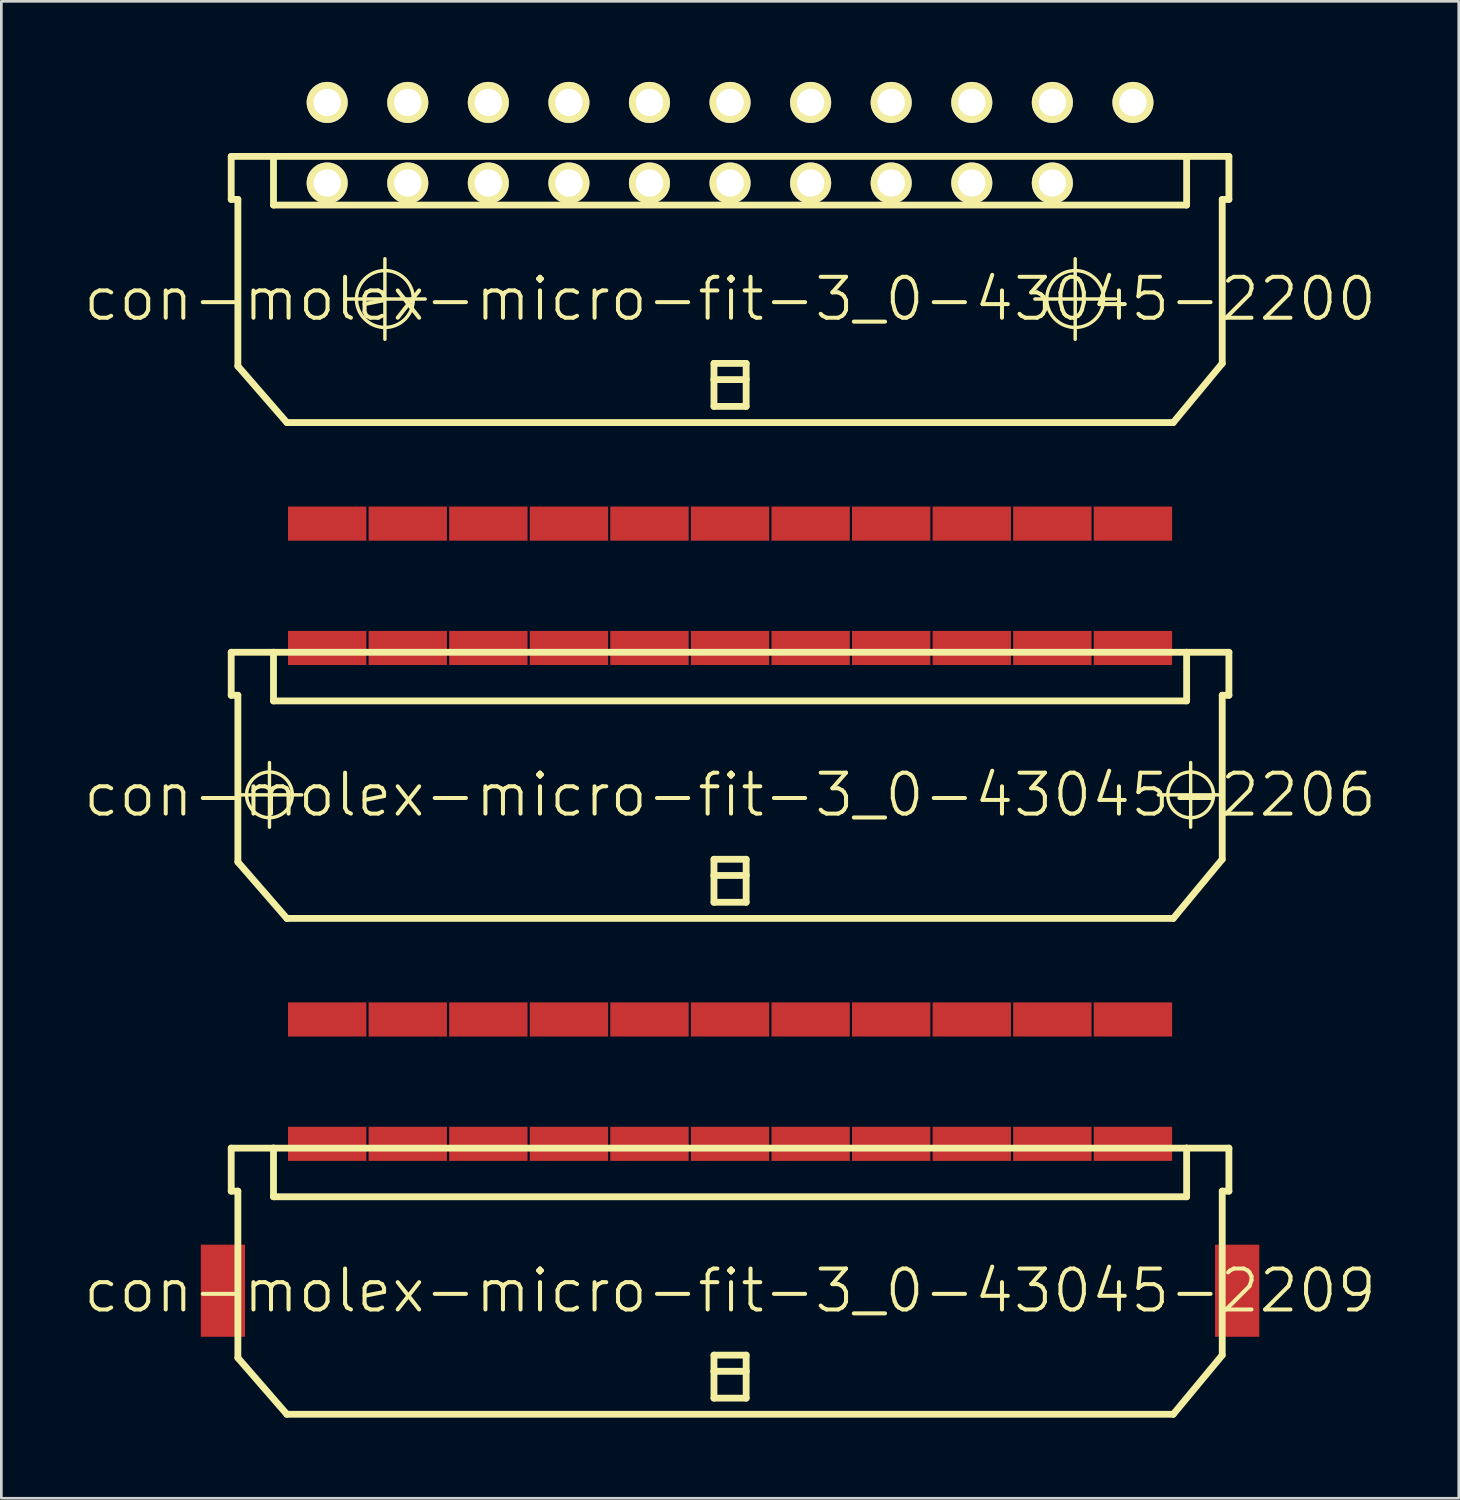
<source format=kicad_pcb>
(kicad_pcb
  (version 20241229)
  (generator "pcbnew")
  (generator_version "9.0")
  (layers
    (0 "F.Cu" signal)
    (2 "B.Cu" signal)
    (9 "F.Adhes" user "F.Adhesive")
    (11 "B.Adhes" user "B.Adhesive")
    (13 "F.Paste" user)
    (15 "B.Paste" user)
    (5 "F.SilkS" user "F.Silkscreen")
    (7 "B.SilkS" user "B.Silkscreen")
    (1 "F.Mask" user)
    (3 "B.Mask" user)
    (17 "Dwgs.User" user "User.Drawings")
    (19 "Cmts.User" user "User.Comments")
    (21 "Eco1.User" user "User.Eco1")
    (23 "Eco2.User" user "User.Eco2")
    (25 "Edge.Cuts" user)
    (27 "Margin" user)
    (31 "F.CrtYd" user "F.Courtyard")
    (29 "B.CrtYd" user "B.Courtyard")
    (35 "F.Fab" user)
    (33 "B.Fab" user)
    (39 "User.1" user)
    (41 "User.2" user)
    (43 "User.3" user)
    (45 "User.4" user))
  (footprint "con-molex-micro-fit-3_0-43045-2200"
    (layer "F.Cu")
    (at 24.13 8.082)
    (property "Reference" "con-molex-micro-fit-3_0-43045-2200" (at 0 0 0) (layer "F.SilkS") (effects (font (size 1.524 1.524) (thickness 0.15))))
    (attr exclude_from_pos_files exclude_from_bom)
    (fp_line (start -18.572 -5.309) (end -18.572 -3.708) (stroke (width 0.254) (type solid)) (layer "F.SilkS"))
    (fp_line (start -18.572 -3.708) (end -18.324 -3.708) (stroke (width 0.254) (type solid)) (layer "F.SilkS"))
    (fp_line (start -18.324 2.499) (end -18.324 -3.708) (stroke (width 0.254) (type solid)) (layer "F.SilkS"))
    (fp_line (start -18.324 2.499) (end -16.5 4.6) (stroke (width 0.254) (type solid)) (layer "F.SilkS"))
    (fp_line (start -16.998 -5.309) (end -18.572 -5.309) (stroke (width 0.254) (type solid)) (layer "F.SilkS"))
    (fp_line (start -16.998 -5.309) (end -16.998 -3.498) (stroke (width 0.254) (type solid)) (layer "F.SilkS"))
    (fp_line (start -16.998 -5.309) (end 16.998 -5.309) (stroke (width 0.254) (type solid)) (layer "F.SilkS"))
    (fp_line (start -16.998 -3.498) (end 16.998 -3.498) (stroke (width 0.254) (type solid)) (layer "F.SilkS"))
    (fp_line (start -14.348 0) (end -11.349 0) (stroke (width 0.127) (type solid)) (layer "F.SilkS"))
    (fp_line (start -12.85 1.499) (end -12.85 -1.499) (stroke (width 0.127) (type solid)) (layer "F.SilkS"))
    (fp_line (start -4.829 -5.309) (end -16.998 -5.309) (stroke (width 0.127) (type solid)) (layer "F.SilkS"))
    (fp_line (start -4.823 -5.309) (end -16.998 -5.309) (stroke (width 0.127) (type solid)) (layer "F.SilkS"))
    (fp_line (start -0.599 2.398) (end 0.599 2.398) (stroke (width 0.254) (type solid)) (layer "F.SilkS"))
    (fp_line (start -0.599 3) (end -0.599 2.398) (stroke (width 0.254) (type solid)) (layer "F.SilkS"))
    (fp_line (start -0.599 3) (end 0.599 3) (stroke (width 0.254) (type solid)) (layer "F.SilkS"))
    (fp_line (start -0.599 3.998) (end -0.599 3) (stroke (width 0.254) (type solid)) (layer "F.SilkS"))
    (fp_line (start 0.599 2.398) (end 0.599 3) (stroke (width 0.254) (type solid)) (layer "F.SilkS"))
    (fp_line (start 0.599 3) (end 0.599 3.998) (stroke (width 0.254) (type solid)) (layer "F.SilkS"))
    (fp_line (start 0.599 3.998) (end -0.599 3.998) (stroke (width 0.254) (type solid)) (layer "F.SilkS"))
    (fp_line (start 11.349 0) (end 14.348 0) (stroke (width 0.127) (type solid)) (layer "F.SilkS"))
    (fp_line (start 12.85 1.499) (end 12.85 -1.499) (stroke (width 0.127) (type solid)) (layer "F.SilkS"))
    (fp_line (start 16.5 4.6) (end -16.5 4.6) (stroke (width 0.254) (type solid)) (layer "F.SilkS"))
    (fp_line (start 16.998 -5.309) (end 18.572 -5.309) (stroke (width 0.254) (type solid)) (layer "F.SilkS"))
    (fp_line (start 16.998 -3.498) (end 16.998 -5.309) (stroke (width 0.254) (type solid)) (layer "F.SilkS"))
    (fp_line (start 18.324 -3.708) (end 18.324 2.398) (stroke (width 0.254) (type solid)) (layer "F.SilkS"))
    (fp_line (start 18.324 2.398) (end 16.5 4.6) (stroke (width 0.254) (type solid)) (layer "F.SilkS"))
    (fp_line (start 18.572 -5.309) (end 18.572 -3.708) (stroke (width 0.254) (type solid)) (layer "F.SilkS"))
    (fp_line (start 18.572 -3.708) (end 18.324 -3.708) (stroke (width 0.254) (type solid)) (layer "F.SilkS"))
    (fp_circle (center -12.85 0) (end -13.599 0.749) (stroke (width 0.127) (type solid)) (fill no) (layer "F.SilkS"))
    (fp_circle (center 12.85 0) (end 13.599 0.749) (stroke (width 0.127) (type solid)) (fill no) (layer "F.SilkS"))
    (pad "P$1" thru_hole rect (at 14.999 -4.318) (size 0.001 0.001) (drill 1.019) (layers "*.Cu" "F.Mask" "F.SilkS" "F.Paste"))
    (pad "P$2" thru_hole circle (at 11.999 -4.318) (size 1.529 1.529) (drill 1.019) (layers "*.Cu" "F.Mask" "F.SilkS" "F.Paste"))
    (pad "P$3" thru_hole circle (at 8.999 -4.318) (size 1.529 1.529) (drill 1.019) (layers "*.Cu" "F.Mask" "F.SilkS" "F.Paste"))
    (pad "P$4" thru_hole circle (at 5.999 -4.318) (size 1.529 1.529) (drill 1.019) (layers "*.Cu" "F.Mask" "F.SilkS" "F.Paste"))
    (pad "P$5" thru_hole circle (at 3 -4.318) (size 1.529 1.529) (drill 1.019) (layers "*.Cu" "F.Mask" "F.SilkS" "F.Paste"))
    (pad "P$6" thru_hole circle (at 0 -4.318) (size 1.529 1.529) (drill 1.019) (layers "*.Cu" "F.Mask" "F.SilkS" "F.Paste"))
    (pad "P$7" thru_hole circle (at -3 -4.318) (size 1.529 1.529) (drill 1.019) (layers "*.Cu" "F.Mask" "F.SilkS" "F.Paste"))
    (pad "P$8" thru_hole circle (at -5.999 -4.318) (size 1.529 1.529) (drill 1.019) (layers "*.Cu" "F.Mask" "F.SilkS" "F.Paste"))
    (pad "P$9" thru_hole circle (at -8.999 -4.318) (size 1.529 1.529) (drill 1.019) (layers "*.Cu" "F.Mask" "F.SilkS" "F.Paste"))
    (pad "P$10" thru_hole circle (at -11.999 -4.318) (size 1.529 1.529) (drill 1.019) (layers "*.Cu" "F.Mask" "F.SilkS" "F.Paste"))
    (pad "P$11" thru_hole circle (at -14.999 -4.318) (size 1.529 1.529) (drill 1.019) (layers "*.Cu" "F.Mask" "F.SilkS" "F.Paste"))
    (pad "P$12" thru_hole circle (at 14.999 -7.318) (size 1.529 1.529) (drill 1.019) (layers "*.Cu" "F.Mask" "F.SilkS" "F.Paste"))
    (pad "P$13" thru_hole circle (at 11.999 -7.318) (size 1.529 1.529) (drill 1.019) (layers "*.Cu" "F.Mask" "F.SilkS" "F.Paste"))
    (pad "P$14" thru_hole circle (at 8.999 -7.318) (size 1.529 1.529) (drill 1.019) (layers "*.Cu" "F.Mask" "F.SilkS" "F.Paste"))
    (pad "P$15" thru_hole circle (at 5.999 -7.318) (size 1.529 1.529) (drill 1.019) (layers "*.Cu" "F.Mask" "F.SilkS" "F.Paste"))
    (pad "P$16" thru_hole circle (at 3 -7.318) (size 1.529 1.529) (drill 1.019) (layers "*.Cu" "F.Mask" "F.SilkS" "F.Paste"))
    (pad "P$17" thru_hole circle (at 0 -7.318) (size 1.529 1.529) (drill 1.019) (layers "*.Cu" "F.Mask" "F.SilkS" "F.Paste"))
    (pad "P$18" thru_hole circle (at -3 -7.318) (size 1.529 1.529) (drill 1.019) (layers "*.Cu" "F.Mask" "F.SilkS" "F.Paste"))
    (pad "P$19" thru_hole circle (at -5.999 -7.318) (size 1.529 1.529) (drill 1.019) (layers "*.Cu" "F.Mask" "F.SilkS" "F.Paste"))
    (pad "P$20" thru_hole circle (at -8.999 -7.318) (size 1.529 1.529) (drill 1.019) (layers "*.Cu" "F.Mask" "F.SilkS" "F.Paste"))
    (pad "P$21" thru_hole circle (at -11.999 -7.318) (size 1.529 1.529) (drill 1.019) (layers "*.Cu" "F.Mask" "F.SilkS" "F.Paste"))
    (pad "P$22" thru_hole circle (at -14.999 -7.318) (size 1.529 1.529) (drill 1.019) (layers "*.Cu" "F.Mask" "F.SilkS" "F.Paste")))
  (footprint "con-molex-micro-fit-3_0-43045-2209"
    (layer "F.Cu")
    (at 24.13 45.004)
    (property "Reference" "con-molex-micro-fit-3_0-43045-2209" (at 0 0 0) (layer "F.SilkS") (effects (font (size 1.524 1.524) (thickness 0.15))))
    (attr smd)
    (fp_line (start -18.572 -5.309) (end -18.572 -3.708) (stroke (width 0.254) (type solid)) (layer "F.SilkS"))
    (fp_line (start -18.572 -3.708) (end -18.324 -3.708) (stroke (width 0.254) (type solid)) (layer "F.SilkS"))
    (fp_line (start -18.324 2.499) (end -18.324 -3.708) (stroke (width 0.254) (type solid)) (layer "F.SilkS"))
    (fp_line (start -18.324 2.499) (end -16.5 4.6) (stroke (width 0.254) (type solid)) (layer "F.SilkS"))
    (fp_line (start -16.998 -5.309) (end -18.572 -5.309) (stroke (width 0.254) (type solid)) (layer "F.SilkS"))
    (fp_line (start -16.998 -5.309) (end -16.998 -3.498) (stroke (width 0.254) (type solid)) (layer "F.SilkS"))
    (fp_line (start -16.998 -5.309) (end 16.998 -5.309) (stroke (width 0.254) (type solid)) (layer "F.SilkS"))
    (fp_line (start -16.998 -3.498) (end 16.998 -3.498) (stroke (width 0.254) (type solid)) (layer "F.SilkS"))
    (fp_line (start -4.829 -5.309) (end -16.998 -5.309) (stroke (width 0.127) (type solid)) (layer "F.SilkS"))
    (fp_line (start -4.823 -5.309) (end -16.998 -5.309) (stroke (width 0.127) (type solid)) (layer "F.SilkS"))
    (fp_line (start -0.599 2.398) (end 0.599 2.398) (stroke (width 0.254) (type solid)) (layer "F.SilkS"))
    (fp_line (start -0.599 3) (end -0.599 2.398) (stroke (width 0.254) (type solid)) (layer "F.SilkS"))
    (fp_line (start -0.599 3) (end 0.599 3) (stroke (width 0.254) (type solid)) (layer "F.SilkS"))
    (fp_line (start -0.599 3.998) (end -0.599 3) (stroke (width 0.254) (type solid)) (layer "F.SilkS"))
    (fp_line (start 0.599 2.398) (end 0.599 3) (stroke (width 0.254) (type solid)) (layer "F.SilkS"))
    (fp_line (start 0.599 3) (end 0.599 3.998) (stroke (width 0.254) (type solid)) (layer "F.SilkS"))
    (fp_line (start 0.599 3.998) (end -0.599 3.998) (stroke (width 0.254) (type solid)) (layer "F.SilkS"))
    (fp_line (start 16.5 4.6) (end -16.5 4.6) (stroke (width 0.254) (type solid)) (layer "F.SilkS"))
    (fp_line (start 16.998 -5.309) (end 18.572 -5.309) (stroke (width 0.254) (type solid)) (layer "F.SilkS"))
    (fp_line (start 16.998 -3.498) (end 16.998 -5.309) (stroke (width 0.254) (type solid)) (layer "F.SilkS"))
    (fp_line (start 18.324 -3.708) (end 18.324 2.398) (stroke (width 0.254) (type solid)) (layer "F.SilkS"))
    (fp_line (start 18.324 2.398) (end 16.5 4.6) (stroke (width 0.254) (type solid)) (layer "F.SilkS"))
    (fp_line (start 18.572 -5.309) (end 18.572 -3.708) (stroke (width 0.254) (type solid)) (layer "F.SilkS"))
    (fp_line (start 18.572 -3.708) (end 18.324 -3.708) (stroke (width 0.254) (type solid)) (layer "F.SilkS"))
    (pad "P$1" smd rect (at 14.999 -5.469) (size 2.918 1.27) (layers "F.Cu" "F.Mask" "F.Paste"))
    (pad "P$2" smd rect (at 11.999 -5.469) (size 2.918 1.27) (layers "F.Cu" "F.Mask" "F.Paste"))
    (pad "P$3" smd rect (at 8.999 -5.469) (size 2.918 1.27) (layers "F.Cu" "F.Mask" "F.Paste"))
    (pad "P$4" smd rect (at 5.999 -5.469) (size 2.918 1.27) (layers "F.Cu" "F.Mask" "F.Paste"))
    (pad "P$5" smd rect (at 3 -5.469) (size 2.918 1.27) (layers "F.Cu" "F.Mask" "F.Paste"))
    (pad "P$6" smd rect (at 0 -5.469) (size 2.918 1.27) (layers "F.Cu" "F.Mask" "F.Paste"))
    (pad "P$7" smd rect (at -3 -5.469) (size 2.918 1.27) (layers "F.Cu" "F.Mask" "F.Paste"))
    (pad "P$8" smd rect (at -5.999 -5.469) (size 2.918 1.27) (layers "F.Cu" "F.Mask" "F.Paste"))
    (pad "P$9" smd rect (at -8.999 -5.469) (size 2.918 1.27) (layers "F.Cu" "F.Mask" "F.Paste"))
    (pad "P$10" smd rect (at -11.999 -5.469) (size 2.918 1.27) (layers "F.Cu" "F.Mask" "F.Paste"))
    (pad "P$11" smd rect (at -14.999 -5.469) (size 2.918 1.27) (layers "F.Cu" "F.Mask" "F.Paste"))
    (pad "P$12" smd rect (at 14.999 -10.099) (size 2.918 1.27) (layers "F.Cu" "F.Mask" "F.Paste"))
    (pad "P$13" smd rect (at 11.999 -10.099) (size 2.918 1.27) (layers "F.Cu" "F.Mask" "F.Paste"))
    (pad "P$14" smd rect (at 8.999 -10.099) (size 2.918 1.27) (layers "F.Cu" "F.Mask" "F.Paste"))
    (pad "P$15" smd rect (at 5.999 -10.099) (size 2.918 1.27) (layers "F.Cu" "F.Mask" "F.Paste"))
    (pad "P$16" smd rect (at 3 -10.099) (size 2.918 1.27) (layers "F.Cu" "F.Mask" "F.Paste"))
    (pad "P$17" smd rect (at 0 -10.099) (size 2.918 1.27) (layers "F.Cu" "F.Mask" "F.Paste"))
    (pad "P$18" smd rect (at -3 -10.099) (size 2.918 1.27) (layers "F.Cu" "F.Mask" "F.Paste"))
    (pad "P$19" smd rect (at -5.999 -10.099) (size 2.918 1.27) (layers "F.Cu" "F.Mask" "F.Paste"))
    (pad "P$20" smd rect (at -8.999 -10.099) (size 2.918 1.27) (layers "F.Cu" "F.Mask" "F.Paste"))
    (pad "P$21" smd rect (at -11.999 -10.099) (size 2.918 1.27) (layers "F.Cu" "F.Mask" "F.Paste"))
    (pad "P$22" smd rect (at -14.999 -10.099) (size 2.918 1.27) (layers "F.Cu" "F.Mask" "F.Paste"))
    (pad "TAB1" smd rect (at -18.88 0) (size 1.648 3.429) (layers "F.Cu" "F.Mask" "F.Paste"))
    (pad "TAB2" smd rect (at 18.88 0) (size 1.648 3.429) (layers "F.Cu" "F.Mask" "F.Paste")))
  (footprint "con-molex-micro-fit-3_0-43045-2206"
    (layer "F.Cu")
    (at 24.13 26.543)
    (property "Reference" "con-molex-micro-fit-3_0-43045-2206" (at 0 0 0) (layer "F.SilkS") (effects (font (size 1.524 1.524) (thickness 0.15))))
    (attr smd)
    (fp_line (start -18.572 -5.309) (end -18.572 -3.708) (stroke (width 0.254) (type solid)) (layer "F.SilkS"))
    (fp_line (start -18.572 -3.708) (end -18.324 -3.708) (stroke (width 0.254) (type solid)) (layer "F.SilkS"))
    (fp_line (start -18.354 0) (end -15.944 0) (stroke (width 0.127) (type solid)) (layer "F.SilkS"))
    (fp_line (start -18.324 2.499) (end -18.324 -3.708) (stroke (width 0.254) (type solid)) (layer "F.SilkS"))
    (fp_line (start -18.324 2.499) (end -16.5 4.6) (stroke (width 0.254) (type solid)) (layer "F.SilkS"))
    (fp_line (start -17.148 1.204) (end -17.148 -1.204) (stroke (width 0.127) (type solid)) (layer "F.SilkS"))
    (fp_line (start -16.998 -5.309) (end -18.572 -5.309) (stroke (width 0.254) (type solid)) (layer "F.SilkS"))
    (fp_line (start -16.998 -5.309) (end -16.998 -3.498) (stroke (width 0.254) (type solid)) (layer "F.SilkS"))
    (fp_line (start -16.998 -5.309) (end 16.998 -5.309) (stroke (width 0.254) (type solid)) (layer "F.SilkS"))
    (fp_line (start -16.998 -3.498) (end 16.998 -3.498) (stroke (width 0.254) (type solid)) (layer "F.SilkS"))
    (fp_line (start -4.829 -5.309) (end -16.998 -5.309) (stroke (width 0.127) (type solid)) (layer "F.SilkS"))
    (fp_line (start -4.823 -5.309) (end -16.998 -5.309) (stroke (width 0.127) (type solid)) (layer "F.SilkS"))
    (fp_line (start -0.599 2.398) (end 0.599 2.398) (stroke (width 0.254) (type solid)) (layer "F.SilkS"))
    (fp_line (start -0.599 3) (end -0.599 2.398) (stroke (width 0.254) (type solid)) (layer "F.SilkS"))
    (fp_line (start -0.599 3) (end 0.599 3) (stroke (width 0.254) (type solid)) (layer "F.SilkS"))
    (fp_line (start -0.599 3.998) (end -0.599 3) (stroke (width 0.254) (type solid)) (layer "F.SilkS"))
    (fp_line (start 0.599 2.398) (end 0.599 3) (stroke (width 0.254) (type solid)) (layer "F.SilkS"))
    (fp_line (start 0.599 3) (end 0.599 3.998) (stroke (width 0.254) (type solid)) (layer "F.SilkS"))
    (fp_line (start 0.599 3.998) (end -0.599 3.998) (stroke (width 0.254) (type solid)) (layer "F.SilkS"))
    (fp_line (start 15.944 0) (end 18.354 0) (stroke (width 0.127) (type solid)) (layer "F.SilkS"))
    (fp_line (start 16.5 4.6) (end -16.5 4.6) (stroke (width 0.254) (type solid)) (layer "F.SilkS"))
    (fp_line (start 16.998 -5.309) (end 18.572 -5.309) (stroke (width 0.254) (type solid)) (layer "F.SilkS"))
    (fp_line (start 16.998 -3.498) (end 16.998 -5.309) (stroke (width 0.254) (type solid)) (layer "F.SilkS"))
    (fp_line (start 17.148 1.204) (end 17.148 -1.204) (stroke (width 0.127) (type solid)) (layer "F.SilkS"))
    (fp_line (start 18.324 -3.708) (end 18.324 2.398) (stroke (width 0.254) (type solid)) (layer "F.SilkS"))
    (fp_line (start 18.324 2.398) (end 16.5 4.6) (stroke (width 0.254) (type solid)) (layer "F.SilkS"))
    (fp_line (start 18.572 -5.309) (end 18.572 -3.708) (stroke (width 0.254) (type solid)) (layer "F.SilkS"))
    (fp_line (start 18.572 -3.708) (end 18.324 -3.708) (stroke (width 0.254) (type solid)) (layer "F.SilkS"))
    (fp_circle (center -17.148 0) (end -17.75 0.602) (stroke (width 0.127) (type solid)) (fill no) (layer "F.SilkS"))
    (fp_circle (center 17.148 0) (end 17.75 0.602) (stroke (width 0.127) (type solid)) (fill no) (layer "F.SilkS"))
    (pad "P$1" smd rect (at 14.999 -5.469) (size 2.918 1.27) (layers "F.Cu" "F.Mask" "F.Paste"))
    (pad "P$2" smd rect (at 11.999 -5.469) (size 2.918 1.27) (layers "F.Cu" "F.Mask" "F.Paste"))
    (pad "P$3" smd rect (at 8.999 -5.469) (size 2.918 1.27) (layers "F.Cu" "F.Mask" "F.Paste"))
    (pad "P$4" smd rect (at 5.999 -5.469) (size 2.918 1.27) (layers "F.Cu" "F.Mask" "F.Paste"))
    (pad "P$5" smd rect (at 3 -5.469) (size 2.918 1.27) (layers "F.Cu" "F.Mask" "F.Paste"))
    (pad "P$6" smd rect (at 0 -5.469) (size 2.918 1.27) (layers "F.Cu" "F.Mask" "F.Paste"))
    (pad "P$7" smd rect (at -3 -5.469) (size 2.918 1.27) (layers "F.Cu" "F.Mask" "F.Paste"))
    (pad "P$8" smd rect (at -5.999 -5.469) (size 2.918 1.27) (layers "F.Cu" "F.Mask" "F.Paste"))
    (pad "P$9" smd rect (at -8.999 -5.469) (size 2.918 1.27) (layers "F.Cu" "F.Mask" "F.Paste"))
    (pad "P$10" smd rect (at -11.999 -5.469) (size 2.918 1.27) (layers "F.Cu" "F.Mask" "F.Paste"))
    (pad "P$11" smd rect (at -14.999 -5.469) (size 2.918 1.27) (layers "F.Cu" "F.Mask" "F.Paste"))
    (pad "P$12" smd rect (at 14.999 -10.099) (size 2.918 1.27) (layers "F.Cu" "F.Mask" "F.Paste"))
    (pad "P$13" smd rect (at 11.999 -10.099) (size 2.918 1.27) (layers "F.Cu" "F.Mask" "F.Paste"))
    (pad "P$14" smd rect (at 8.999 -10.099) (size 2.918 1.27) (layers "F.Cu" "F.Mask" "F.Paste"))
    (pad "P$15" smd rect (at 5.999 -10.099) (size 2.918 1.27) (layers "F.Cu" "F.Mask" "F.Paste"))
    (pad "P$16" smd rect (at 3 -10.099) (size 2.918 1.27) (layers "F.Cu" "F.Mask" "F.Paste"))
    (pad "P$17" smd rect (at 0 -10.099) (size 2.918 1.27) (layers "F.Cu" "F.Mask" "F.Paste"))
    (pad "P$18" smd rect (at -3 -10.099) (size 2.918 1.27) (layers "F.Cu" "F.Mask" "F.Paste"))
    (pad "P$19" smd rect (at -5.999 -10.099) (size 2.918 1.27) (layers "F.Cu" "F.Mask" "F.Paste"))
    (pad "P$20" smd rect (at -8.999 -10.099) (size 2.918 1.27) (layers "F.Cu" "F.Mask" "F.Paste"))
    (pad "P$21" smd rect (at -11.999 -10.099) (size 2.918 1.27) (layers "F.Cu" "F.Mask" "F.Paste"))
    (pad "P$22" smd rect (at -14.999 -10.099) (size 2.918 1.27) (layers "F.Cu" "F.Mask" "F.Paste")))
  (gr_rect
    (start -3 -3)
    (end 51.26 52.731)
    (stroke (width 0.1) (type default))
    (fill no)
    (layer "Edge.Cuts")))
</source>
